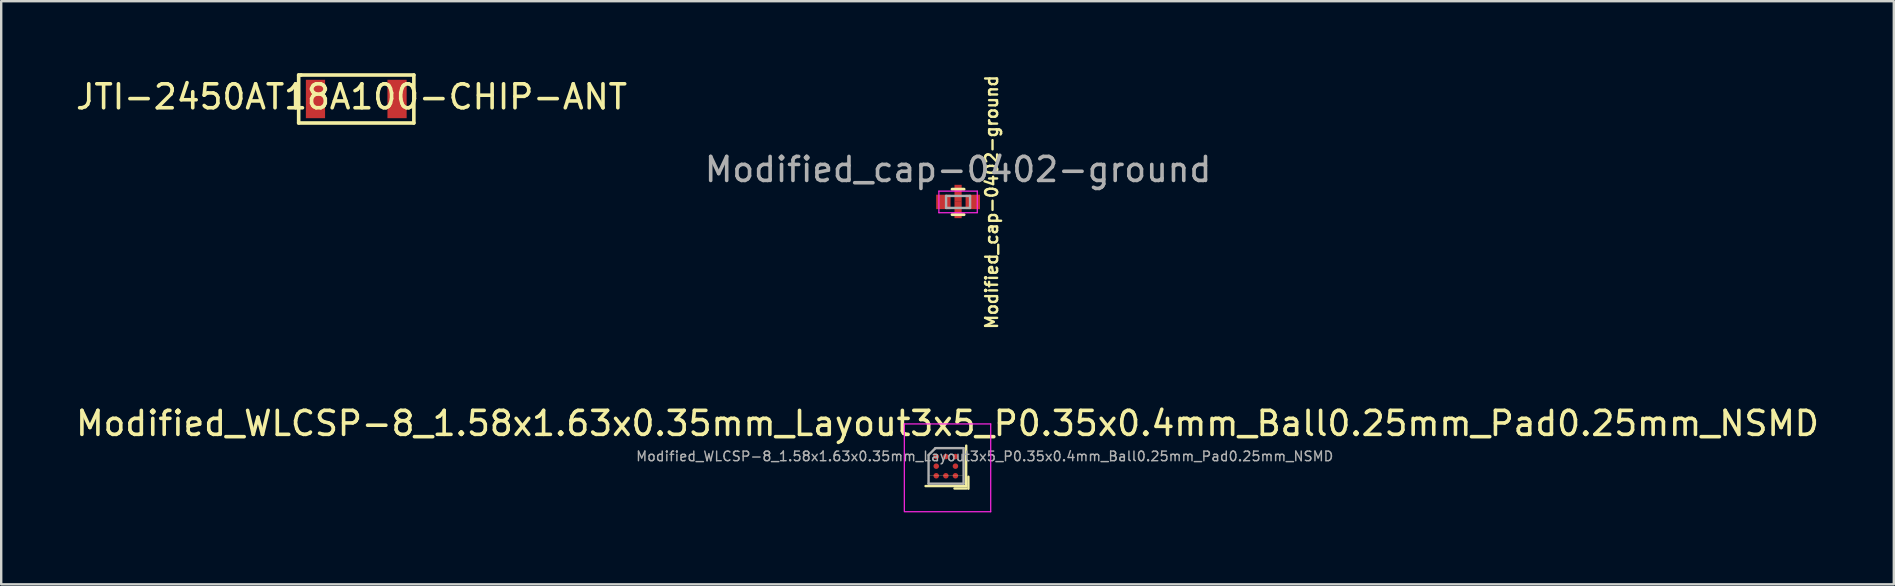
<source format=kicad_pcb>
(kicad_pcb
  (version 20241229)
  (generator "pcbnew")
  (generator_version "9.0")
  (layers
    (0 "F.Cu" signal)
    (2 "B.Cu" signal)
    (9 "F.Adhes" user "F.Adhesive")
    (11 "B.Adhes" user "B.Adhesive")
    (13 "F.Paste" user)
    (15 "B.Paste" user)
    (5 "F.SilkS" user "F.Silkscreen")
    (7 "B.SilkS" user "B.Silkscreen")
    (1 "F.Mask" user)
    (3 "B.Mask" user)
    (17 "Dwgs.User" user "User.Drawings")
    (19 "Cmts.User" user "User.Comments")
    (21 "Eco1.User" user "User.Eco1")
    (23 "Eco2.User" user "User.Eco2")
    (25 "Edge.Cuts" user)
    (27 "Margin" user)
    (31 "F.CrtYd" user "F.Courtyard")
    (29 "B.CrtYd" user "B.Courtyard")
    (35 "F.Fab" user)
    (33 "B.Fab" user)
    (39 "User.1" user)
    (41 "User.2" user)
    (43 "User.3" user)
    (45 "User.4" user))
  (footprint "Modified_WLCSP-8_1.58x1.63x0.35mm_Layout3x5_P0.35x0.4mm_Ball0.25mm_Pad0.25mm_NSMD"
    (layer "F.Cu")
    (at 36.435 16.446)
    (property "Reference" "Modified_WLCSP-8_1.58x1.63x0.35mm_Layout3x5_P0.35x0.4mm_Ball0.25mm_Pad0.25mm_NSMD" (at 0 -1.85 0) (layer "F.SilkS") (effects (font (size 1 1) (thickness 0.15))))
    (attr smd)
    (fp_line (start -0.915 0.76) (end 0.78 0.76) (stroke (width 0.1) (type solid)) (layer "F.SilkS"))
    (fp_line (start 0.29 0.86) (end 0.79 0.86) (stroke (width 0.1) (type solid)) (layer "F.SilkS"))
    (fp_line (start 0.67 0.33) (end -0.77 0.33) (stroke (width 0.01) (type solid)) (layer "F.SilkS"))
    (fp_line (start 0.78 -0.925) (end 0.775 0.755) (stroke (width 0.1) (type solid)) (layer "F.SilkS"))
    (fp_line (start 0.87 0.87) (end 0.87 0.37) (stroke (width 0.1) (type solid)) (layer "F.SilkS"))
    (fp_line (start -1.8 1.8) (end -1.8 -1.83) (stroke (width 0.05) (type solid)) (layer "F.CrtYd"))
    (fp_line (start -1.8 1.83) (end 1.8 1.83) (stroke (width 0.05) (type solid)) (layer "F.CrtYd"))
    (fp_line (start 1.8 -1.83) (end -1.8 -1.83) (stroke (width 0.05) (type solid)) (layer "F.CrtYd"))
    (fp_line (start 1.8 1.83) (end 1.8 -1.83) (stroke (width 0.05) (type solid)) (layer "F.CrtYd"))
    (fp_line (start -0.79 -0.53) (end -0.79 0.66) (stroke (width 0.1) (type solid)) (layer "F.Fab"))
    (fp_line (start -0.79 0.66) (end 0.67 0.66) (stroke (width 0.1) (type solid)) (layer "F.Fab"))
    (fp_line (start -0.787 -0.537) (end -0.509 -0.816) (stroke (width 0.1) (type solid)) (layer "F.Fab"))
    (fp_line (start 0.67 -0.82) (end -0.51 -0.82) (stroke (width 0.1) (type solid)) (layer "F.Fab"))
    (fp_line (start 0.67 -0.82) (end 0.67 0.66) (stroke (width 0.1) (type solid)) (layer "F.Fab"))
    (fp_text user "${REFERENCE}" (at 1.55 -0.48 0) (layer "F.Fab") (effects (font (size 0.4 0.4) (thickness 0.06))))
    (pad "A1" smd circle (at 0.33 0.33) (size 0.23 0.23) (layers "F.Cu" "F.Mask" "F.Paste"))
    (pad "A2" smd circle (at 0.33 -0.07) (size 0.23 0.23) (layers "F.Cu" "F.Mask" "F.Paste"))
    (pad "A3" smd circle (at 0.33 -0.47) (size 0.23 0.23) (layers "F.Cu" "F.Mask" "F.Paste"))
    (pad "B1" smd circle (at -0.07 0.33) (size 0.23 0.23) (layers "F.Cu" "F.Mask" "F.Paste"))
    (pad "B3" smd circle (at -0.07 -0.47) (size 0.23 0.23) (layers "F.Cu" "F.Mask" "F.Paste"))
    (pad "C1" smd circle (at -0.47 0.33) (size 0.23 0.23) (layers "F.Cu" "F.Mask" "F.Paste"))
    (pad "C2" smd circle (at -0.47 -0.07) (size 0.23 0.23) (layers "F.Cu" "F.Mask" "F.Paste"))
    (pad "C3" smd circle (at -0.47 -0.47) (size 0.23 0.23) (layers "F.Cu" "F.Mask" "F.Paste")))
  (footprint "Modified_cap-0402-ground"
    (layer "F.Cu")
    (at 36.875 5.364)
    (property "Reference" "Modified_cap-0402-ground" (at 1.4 0.01 90) (layer "F.SilkS") (effects (font (size 0.5 0.5) (thickness 0.1))))
    (attr smd)
    (fp_line (start -0.25 0.53) (end 0.25 0.53) (stroke (width 0.12) (type solid)) (layer "F.SilkS"))
    (fp_line (start 0.25 -0.53) (end -0.25 -0.53) (stroke (width 0.12) (type solid)) (layer "F.SilkS"))
    (fp_line (start -0.8 -0.45) (end -0.8 0.45) (stroke (width 0.05) (type solid)) (layer "F.CrtYd"))
    (fp_line (start -0.8 -0.45) (end 0.8 -0.45) (stroke (width 0.05) (type solid)) (layer "F.CrtYd"))
    (fp_line (start 0.8 0.45) (end -0.8 0.45) (stroke (width 0.05) (type solid)) (layer "F.CrtYd"))
    (fp_line (start 0.8 0.45) (end 0.8 -0.45) (stroke (width 0.05) (type solid)) (layer "F.CrtYd"))
    (fp_line (start -0.5 -0.25) (end 0.5 -0.25) (stroke (width 0.1) (type solid)) (layer "F.Fab"))
    (fp_line (start -0.5 0.25) (end -0.5 -0.25) (stroke (width 0.1) (type solid)) (layer "F.Fab"))
    (fp_line (start 0.5 -0.25) (end 0.5 0.25) (stroke (width 0.1) (type solid)) (layer "F.Fab"))
    (fp_line (start 0.5 0.25) (end -0.5 0.25) (stroke (width 0.1) (type solid)) (layer "F.Fab"))
    (fp_text user "${REFERENCE}" (at 0 -1.35 0) (layer "F.Fab") (effects (font (size 1 1) (thickness 0.15))))
    (pad "1" smd rect (at 0 0.327) (size 0.3 0.7) (layers "F.Cu" "F.Mask" "F.Paste"))
    (pad "2" smd rect (at -0.613 0) (size 0.6 0.6) (layers "F.Cu" "F.Mask" "F.Paste"))
    (pad "3" smd rect (at 0 -0.362) (size 0.3 0.7) (layers "F.Cu" "F.Mask" "F.Paste"))
    (pad "4" smd rect (at 0.613 0) (size 0.6 0.6) (layers "F.Cu" "F.Mask" "F.Paste")))
  (footprint "JTI-2450AT18A100-CHIP-ANT"
    (layer "F.Cu")
    (at 11.796 1.075)
    (property "Reference" "JTI-2450AT18A100-CHIP-ANT" (at -0.195 -0.089 0) (layer "F.SilkS") (effects (font (size 1 1) (thickness 0.15))))
    (attr through_hole)
    (fp_line (start -2.4 -1) (end -2.3 -1) (stroke (width 0.15) (type solid)) (layer "F.SilkS"))
    (fp_line (start -2.4 1) (end -2.4 -1) (stroke (width 0.15) (type solid)) (layer "F.SilkS"))
    (fp_line (start -2.3 -1) (end 2.4 -1) (stroke (width 0.15) (type solid)) (layer "F.SilkS"))
    (fp_line (start 2.4 -1) (end 2.4 1) (stroke (width 0.15) (type solid)) (layer "F.SilkS"))
    (fp_line (start 2.4 1) (end -2.4 1) (stroke (width 0.15) (type solid)) (layer "F.SilkS"))
    (pad "1" smd rect (at -1.7 0) (size 0.8 1.6) (layers "F.Cu" "F.Mask" "F.Paste"))
    (pad "2" smd rect (at 1.7 0) (size 0.8 1.6) (layers "F.Cu" "F.Mask" "F.Paste")))
  (gr_rect
    (start -3 -3)
    (end 75.869 21.301)
    (stroke (width 0.1) (type default))
    (fill no)
    (layer "Edge.Cuts")))
</source>
